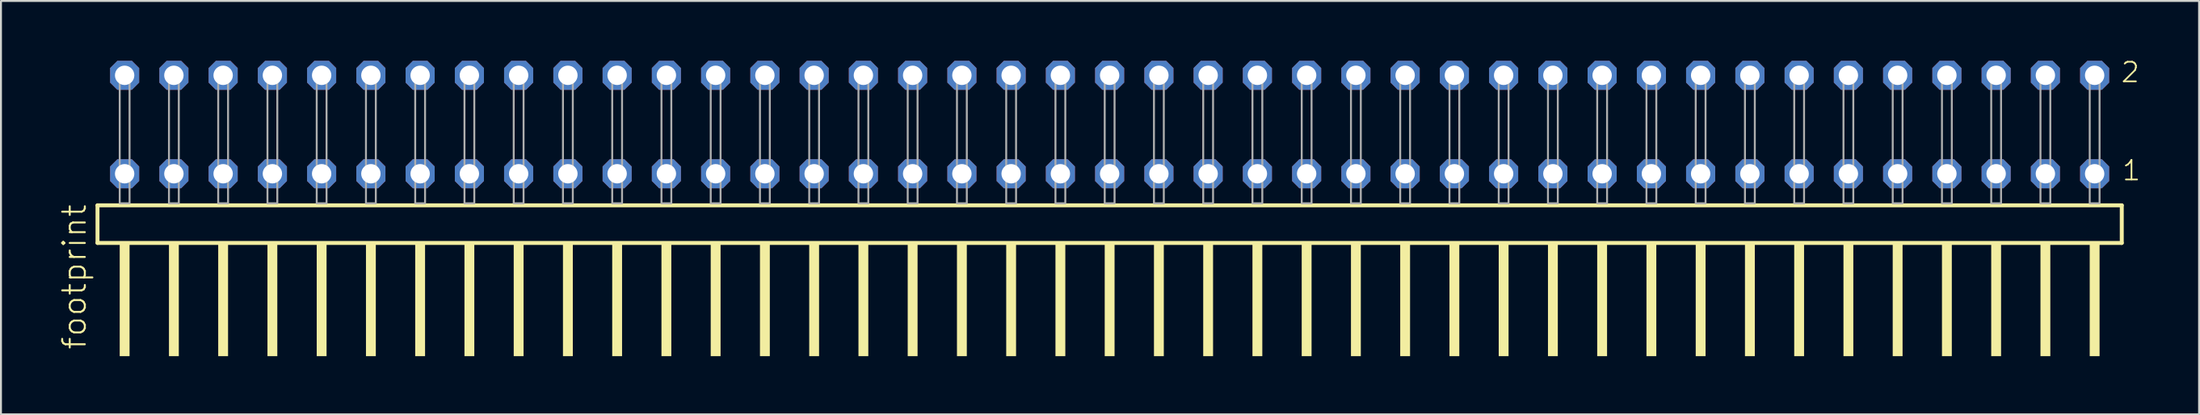
<source format=kicad_pcb>
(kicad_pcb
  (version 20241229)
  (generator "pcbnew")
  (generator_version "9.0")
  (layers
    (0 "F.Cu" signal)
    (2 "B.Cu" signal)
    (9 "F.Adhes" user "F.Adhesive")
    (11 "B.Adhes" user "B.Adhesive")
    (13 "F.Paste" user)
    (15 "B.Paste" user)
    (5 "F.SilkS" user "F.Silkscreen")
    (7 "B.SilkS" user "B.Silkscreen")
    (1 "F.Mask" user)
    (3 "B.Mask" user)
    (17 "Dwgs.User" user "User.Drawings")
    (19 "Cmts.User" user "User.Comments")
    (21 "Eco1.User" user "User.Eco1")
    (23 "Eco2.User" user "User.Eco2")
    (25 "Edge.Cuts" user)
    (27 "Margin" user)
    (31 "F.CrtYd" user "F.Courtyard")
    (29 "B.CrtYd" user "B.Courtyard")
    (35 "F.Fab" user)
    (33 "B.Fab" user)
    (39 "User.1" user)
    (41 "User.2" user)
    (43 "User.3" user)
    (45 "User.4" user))
  (footprint "footprint"
    (layer "F.Cu")
    (at 54.178 7.441)
    (property "Reference" "footprint" (at -52.705 7.62 90) (layer "F.SilkS") (effects (font (size 1.168 1.168) (thickness 0.102)) (justify left bottom)))
    (fp_line (start -52.199 0.106) (end -52.199 2.046) (stroke (width 0.203) (type solid)) (layer "F.SilkS"))
    (fp_line (start -52.199 2.046) (end 52.199 2.046) (stroke (width 0.203) (type solid)) (layer "F.SilkS"))
    (fp_line (start 52.199 0.106) (end -52.199 0.106) (stroke (width 0.203) (type solid)) (layer "F.SilkS"))
    (fp_line (start 52.199 2.046) (end 52.199 0.106) (stroke (width 0.203) (type solid)) (layer "F.SilkS"))
    (fp_poly (pts (xy -51.054 7.89) (xy -50.546 7.89) (xy -50.546 2.04) (xy -51.054 2.04)) (stroke (width 0) (type solid)) (fill yes) (layer "F.SilkS"))
    (fp_poly (pts (xy -48.514 7.89) (xy -48.006 7.89) (xy -48.006 2.04) (xy -48.514 2.04)) (stroke (width 0) (type solid)) (fill yes) (layer "F.SilkS"))
    (fp_poly (pts (xy -45.974 7.89) (xy -45.466 7.89) (xy -45.466 2.04) (xy -45.974 2.04)) (stroke (width 0) (type solid)) (fill yes) (layer "F.SilkS"))
    (fp_poly (pts (xy -43.434 7.89) (xy -42.926 7.89) (xy -42.926 2.04) (xy -43.434 2.04)) (stroke (width 0) (type solid)) (fill yes) (layer "F.SilkS"))
    (fp_poly (pts (xy -40.894 7.89) (xy -40.386 7.89) (xy -40.386 2.04) (xy -40.894 2.04)) (stroke (width 0) (type solid)) (fill yes) (layer "F.SilkS"))
    (fp_poly (pts (xy -38.354 7.89) (xy -37.846 7.89) (xy -37.846 2.04) (xy -38.354 2.04)) (stroke (width 0) (type solid)) (fill yes) (layer "F.SilkS"))
    (fp_poly (pts (xy -35.814 7.89) (xy -35.306 7.89) (xy -35.306 2.04) (xy -35.814 2.04)) (stroke (width 0) (type solid)) (fill yes) (layer "F.SilkS"))
    (fp_poly (pts (xy -33.274 7.89) (xy -32.766 7.89) (xy -32.766 2.04) (xy -33.274 2.04)) (stroke (width 0) (type solid)) (fill yes) (layer "F.SilkS"))
    (fp_poly (pts (xy -30.734 7.89) (xy -30.226 7.89) (xy -30.226 2.04) (xy -30.734 2.04)) (stroke (width 0) (type solid)) (fill yes) (layer "F.SilkS"))
    (fp_poly (pts (xy -28.194 7.89) (xy -27.686 7.89) (xy -27.686 2.04) (xy -28.194 2.04)) (stroke (width 0) (type solid)) (fill yes) (layer "F.SilkS"))
    (fp_poly (pts (xy -25.654 7.89) (xy -25.146 7.89) (xy -25.146 2.04) (xy -25.654 2.04)) (stroke (width 0) (type solid)) (fill yes) (layer "F.SilkS"))
    (fp_poly (pts (xy -23.114 7.89) (xy -22.606 7.89) (xy -22.606 2.04) (xy -23.114 2.04)) (stroke (width 0) (type solid)) (fill yes) (layer "F.SilkS"))
    (fp_poly (pts (xy -20.574 7.89) (xy -20.066 7.89) (xy -20.066 2.04) (xy -20.574 2.04)) (stroke (width 0) (type solid)) (fill yes) (layer "F.SilkS"))
    (fp_poly (pts (xy -18.034 7.89) (xy -17.526 7.89) (xy -17.526 2.04) (xy -18.034 2.04)) (stroke (width 0) (type solid)) (fill yes) (layer "F.SilkS"))
    (fp_poly (pts (xy -15.494 7.89) (xy -14.986 7.89) (xy -14.986 2.04) (xy -15.494 2.04)) (stroke (width 0) (type solid)) (fill yes) (layer "F.SilkS"))
    (fp_poly (pts (xy -12.954 7.89) (xy -12.446 7.89) (xy -12.446 2.04) (xy -12.954 2.04)) (stroke (width 0) (type solid)) (fill yes) (layer "F.SilkS"))
    (fp_poly (pts (xy -10.414 7.89) (xy -9.906 7.89) (xy -9.906 2.04) (xy -10.414 2.04)) (stroke (width 0) (type solid)) (fill yes) (layer "F.SilkS"))
    (fp_poly (pts (xy -7.874 7.89) (xy -7.366 7.89) (xy -7.366 2.04) (xy -7.874 2.04)) (stroke (width 0) (type solid)) (fill yes) (layer "F.SilkS"))
    (fp_poly (pts (xy -5.334 7.89) (xy -4.826 7.89) (xy -4.826 2.04) (xy -5.334 2.04)) (stroke (width 0) (type solid)) (fill yes) (layer "F.SilkS"))
    (fp_poly (pts (xy -2.794 7.89) (xy -2.286 7.89) (xy -2.286 2.04) (xy -2.794 2.04)) (stroke (width 0) (type solid)) (fill yes) (layer "F.SilkS"))
    (fp_poly (pts (xy -0.254 7.89) (xy 0.254 7.89) (xy 0.254 2.04) (xy -0.254 2.04)) (stroke (width 0) (type solid)) (fill yes) (layer "F.SilkS"))
    (fp_poly (pts (xy 2.286 7.89) (xy 2.794 7.89) (xy 2.794 2.04) (xy 2.286 2.04)) (stroke (width 0) (type solid)) (fill yes) (layer "F.SilkS"))
    (fp_poly (pts (xy 4.826 7.89) (xy 5.334 7.89) (xy 5.334 2.04) (xy 4.826 2.04)) (stroke (width 0) (type solid)) (fill yes) (layer "F.SilkS"))
    (fp_poly (pts (xy 7.366 7.89) (xy 7.874 7.89) (xy 7.874 2.04) (xy 7.366 2.04)) (stroke (width 0) (type solid)) (fill yes) (layer "F.SilkS"))
    (fp_poly (pts (xy 9.906 7.89) (xy 10.414 7.89) (xy 10.414 2.04) (xy 9.906 2.04)) (stroke (width 0) (type solid)) (fill yes) (layer "F.SilkS"))
    (fp_poly (pts (xy 12.446 7.89) (xy 12.954 7.89) (xy 12.954 2.04) (xy 12.446 2.04)) (stroke (width 0) (type solid)) (fill yes) (layer "F.SilkS"))
    (fp_poly (pts (xy 14.986 7.89) (xy 15.494 7.89) (xy 15.494 2.04) (xy 14.986 2.04)) (stroke (width 0) (type solid)) (fill yes) (layer "F.SilkS"))
    (fp_poly (pts (xy 17.526 7.89) (xy 18.034 7.89) (xy 18.034 2.04) (xy 17.526 2.04)) (stroke (width 0) (type solid)) (fill yes) (layer "F.SilkS"))
    (fp_poly (pts (xy 20.066 7.89) (xy 20.574 7.89) (xy 20.574 2.04) (xy 20.066 2.04)) (stroke (width 0) (type solid)) (fill yes) (layer "F.SilkS"))
    (fp_poly (pts (xy 22.606 7.89) (xy 23.114 7.89) (xy 23.114 2.04) (xy 22.606 2.04)) (stroke (width 0) (type solid)) (fill yes) (layer "F.SilkS"))
    (fp_poly (pts (xy 25.146 7.89) (xy 25.654 7.89) (xy 25.654 2.04) (xy 25.146 2.04)) (stroke (width 0) (type solid)) (fill yes) (layer "F.SilkS"))
    (fp_poly (pts (xy 27.686 7.89) (xy 28.194 7.89) (xy 28.194 2.04) (xy 27.686 2.04)) (stroke (width 0) (type solid)) (fill yes) (layer "F.SilkS"))
    (fp_poly (pts (xy 30.226 7.89) (xy 30.734 7.89) (xy 30.734 2.04) (xy 30.226 2.04)) (stroke (width 0) (type solid)) (fill yes) (layer "F.SilkS"))
    (fp_poly (pts (xy 32.766 7.89) (xy 33.274 7.89) (xy 33.274 2.04) (xy 32.766 2.04)) (stroke (width 0) (type solid)) (fill yes) (layer "F.SilkS"))
    (fp_poly (pts (xy 35.306 7.89) (xy 35.814 7.89) (xy 35.814 2.04) (xy 35.306 2.04)) (stroke (width 0) (type solid)) (fill yes) (layer "F.SilkS"))
    (fp_poly (pts (xy 37.846 7.89) (xy 38.354 7.89) (xy 38.354 2.04) (xy 37.846 2.04)) (stroke (width 0) (type solid)) (fill yes) (layer "F.SilkS"))
    (fp_poly (pts (xy 40.386 7.89) (xy 40.894 7.89) (xy 40.894 2.04) (xy 40.386 2.04)) (stroke (width 0) (type solid)) (fill yes) (layer "F.SilkS"))
    (fp_poly (pts (xy 42.926 7.89) (xy 43.434 7.89) (xy 43.434 2.04) (xy 42.926 2.04)) (stroke (width 0) (type solid)) (fill yes) (layer "F.SilkS"))
    (fp_poly (pts (xy 45.466 7.89) (xy 45.974 7.89) (xy 45.974 2.04) (xy 45.466 2.04)) (stroke (width 0) (type solid)) (fill yes) (layer "F.SilkS"))
    (fp_poly (pts (xy 48.006 7.89) (xy 48.514 7.89) (xy 48.514 2.04) (xy 48.006 2.04)) (stroke (width 0) (type solid)) (fill yes) (layer "F.SilkS"))
    (fp_poly (pts (xy 50.546 7.89) (xy 51.054 7.89) (xy 51.054 2.04) (xy 50.546 2.04)) (stroke (width 0) (type solid)) (fill yes) (layer "F.SilkS"))
    (fp_poly (pts (xy -51.054 0) (xy -50.546 0) (xy -50.546 -6.858) (xy -51.054 -6.858)) (stroke (width 0.1) (type solid)) (fill no) (layer "F.Fab"))
    (fp_poly (pts (xy -48.514 0) (xy -48.006 0) (xy -48.006 -6.858) (xy -48.514 -6.858)) (stroke (width 0.1) (type solid)) (fill no) (layer "F.Fab"))
    (fp_poly (pts (xy -45.974 0) (xy -45.466 0) (xy -45.466 -6.858) (xy -45.974 -6.858)) (stroke (width 0.1) (type solid)) (fill no) (layer "F.Fab"))
    (fp_poly (pts (xy -43.434 0) (xy -42.926 0) (xy -42.926 -6.858) (xy -43.434 -6.858)) (stroke (width 0.1) (type solid)) (fill no) (layer "F.Fab"))
    (fp_poly (pts (xy -40.894 0) (xy -40.386 0) (xy -40.386 -6.858) (xy -40.894 -6.858)) (stroke (width 0.1) (type solid)) (fill no) (layer "F.Fab"))
    (fp_poly (pts (xy -38.354 0) (xy -37.846 0) (xy -37.846 -6.858) (xy -38.354 -6.858)) (stroke (width 0.1) (type solid)) (fill no) (layer "F.Fab"))
    (fp_poly (pts (xy -35.814 0) (xy -35.306 0) (xy -35.306 -6.858) (xy -35.814 -6.858)) (stroke (width 0.1) (type solid)) (fill no) (layer "F.Fab"))
    (fp_poly (pts (xy -33.274 0) (xy -32.766 0) (xy -32.766 -6.858) (xy -33.274 -6.858)) (stroke (width 0.1) (type solid)) (fill no) (layer "F.Fab"))
    (fp_poly (pts (xy -30.734 0) (xy -30.226 0) (xy -30.226 -6.858) (xy -30.734 -6.858)) (stroke (width 0.1) (type solid)) (fill no) (layer "F.Fab"))
    (fp_poly (pts (xy -28.194 0) (xy -27.686 0) (xy -27.686 -6.858) (xy -28.194 -6.858)) (stroke (width 0.1) (type solid)) (fill no) (layer "F.Fab"))
    (fp_poly (pts (xy -25.654 0) (xy -25.146 0) (xy -25.146 -6.858) (xy -25.654 -6.858)) (stroke (width 0.1) (type solid)) (fill no) (layer "F.Fab"))
    (fp_poly (pts (xy -23.114 0) (xy -22.606 0) (xy -22.606 -6.858) (xy -23.114 -6.858)) (stroke (width 0.1) (type solid)) (fill no) (layer "F.Fab"))
    (fp_poly (pts (xy -20.574 0) (xy -20.066 0) (xy -20.066 -6.858) (xy -20.574 -6.858)) (stroke (width 0.1) (type solid)) (fill no) (layer "F.Fab"))
    (fp_poly (pts (xy -18.034 0) (xy -17.526 0) (xy -17.526 -6.858) (xy -18.034 -6.858)) (stroke (width 0.1) (type solid)) (fill no) (layer "F.Fab"))
    (fp_poly (pts (xy -15.494 0) (xy -14.986 0) (xy -14.986 -6.858) (xy -15.494 -6.858)) (stroke (width 0.1) (type solid)) (fill no) (layer "F.Fab"))
    (fp_poly (pts (xy -12.954 0) (xy -12.446 0) (xy -12.446 -6.858) (xy -12.954 -6.858)) (stroke (width 0.1) (type solid)) (fill no) (layer "F.Fab"))
    (fp_poly (pts (xy -10.414 0) (xy -9.906 0) (xy -9.906 -6.858) (xy -10.414 -6.858)) (stroke (width 0.1) (type solid)) (fill no) (layer "F.Fab"))
    (fp_poly (pts (xy -7.874 0) (xy -7.366 0) (xy -7.366 -6.858) (xy -7.874 -6.858)) (stroke (width 0.1) (type solid)) (fill no) (layer "F.Fab"))
    (fp_poly (pts (xy -5.334 0) (xy -4.826 0) (xy -4.826 -6.858) (xy -5.334 -6.858)) (stroke (width 0.1) (type solid)) (fill no) (layer "F.Fab"))
    (fp_poly (pts (xy -2.794 0) (xy -2.286 0) (xy -2.286 -6.858) (xy -2.794 -6.858)) (stroke (width 0.1) (type solid)) (fill no) (layer "F.Fab"))
    (fp_poly (pts (xy -0.254 0) (xy 0.254 0) (xy 0.254 -6.858) (xy -0.254 -6.858)) (stroke (width 0.1) (type solid)) (fill no) (layer "F.Fab"))
    (fp_poly (pts (xy 2.286 0) (xy 2.794 0) (xy 2.794 -6.858) (xy 2.286 -6.858)) (stroke (width 0.1) (type solid)) (fill no) (layer "F.Fab"))
    (fp_poly (pts (xy 4.826 0) (xy 5.334 0) (xy 5.334 -6.858) (xy 4.826 -6.858)) (stroke (width 0.1) (type solid)) (fill no) (layer "F.Fab"))
    (fp_poly (pts (xy 7.366 0) (xy 7.874 0) (xy 7.874 -6.858) (xy 7.366 -6.858)) (stroke (width 0.1) (type solid)) (fill no) (layer "F.Fab"))
    (fp_poly (pts (xy 9.906 0) (xy 10.414 0) (xy 10.414 -6.858) (xy 9.906 -6.858)) (stroke (width 0.1) (type solid)) (fill no) (layer "F.Fab"))
    (fp_poly (pts (xy 12.446 0) (xy 12.954 0) (xy 12.954 -6.858) (xy 12.446 -6.858)) (stroke (width 0.1) (type solid)) (fill no) (layer "F.Fab"))
    (fp_poly (pts (xy 14.986 0) (xy 15.494 0) (xy 15.494 -6.858) (xy 14.986 -6.858)) (stroke (width 0.1) (type solid)) (fill no) (layer "F.Fab"))
    (fp_poly (pts (xy 17.526 0) (xy 18.034 0) (xy 18.034 -6.858) (xy 17.526 -6.858)) (stroke (width 0.1) (type solid)) (fill no) (layer "F.Fab"))
    (fp_poly (pts (xy 20.066 0) (xy 20.574 0) (xy 20.574 -6.858) (xy 20.066 -6.858)) (stroke (width 0.1) (type solid)) (fill no) (layer "F.Fab"))
    (fp_poly (pts (xy 22.606 0) (xy 23.114 0) (xy 23.114 -6.858) (xy 22.606 -6.858)) (stroke (width 0.1) (type solid)) (fill no) (layer "F.Fab"))
    (fp_poly (pts (xy 25.146 0) (xy 25.654 0) (xy 25.654 -6.858) (xy 25.146 -6.858)) (stroke (width 0.1) (type solid)) (fill no) (layer "F.Fab"))
    (fp_poly (pts (xy 27.686 0) (xy 28.194 0) (xy 28.194 -6.858) (xy 27.686 -6.858)) (stroke (width 0.1) (type solid)) (fill no) (layer "F.Fab"))
    (fp_poly (pts (xy 30.226 0) (xy 30.734 0) (xy 30.734 -6.858) (xy 30.226 -6.858)) (stroke (width 0.1) (type solid)) (fill no) (layer "F.Fab"))
    (fp_poly (pts (xy 32.766 0) (xy 33.274 0) (xy 33.274 -6.858) (xy 32.766 -6.858)) (stroke (width 0.1) (type solid)) (fill no) (layer "F.Fab"))
    (fp_poly (pts (xy 35.306 0) (xy 35.814 0) (xy 35.814 -6.858) (xy 35.306 -6.858)) (stroke (width 0.1) (type solid)) (fill no) (layer "F.Fab"))
    (fp_poly (pts (xy 37.846 0) (xy 38.354 0) (xy 38.354 -6.858) (xy 37.846 -6.858)) (stroke (width 0.1) (type solid)) (fill no) (layer "F.Fab"))
    (fp_poly (pts (xy 40.386 0) (xy 40.894 0) (xy 40.894 -6.858) (xy 40.386 -6.858)) (stroke (width 0.1) (type solid)) (fill no) (layer "F.Fab"))
    (fp_poly (pts (xy 42.926 0) (xy 43.434 0) (xy 43.434 -6.858) (xy 42.926 -6.858)) (stroke (width 0.1) (type solid)) (fill no) (layer "F.Fab"))
    (fp_poly (pts (xy 45.466 0) (xy 45.974 0) (xy 45.974 -6.858) (xy 45.466 -6.858)) (stroke (width 0.1) (type solid)) (fill no) (layer "F.Fab"))
    (fp_poly (pts (xy 48.006 0) (xy 48.514 0) (xy 48.514 -6.858) (xy 48.006 -6.858)) (stroke (width 0.1) (type solid)) (fill no) (layer "F.Fab"))
    (fp_poly (pts (xy 50.546 0) (xy 51.054 0) (xy 51.054 -6.858) (xy 50.546 -6.858)) (stroke (width 0.1) (type solid)) (fill no) (layer "F.Fab"))
    (fp_text user "2" (at 52.1 -6.165 0) (layer "F.SilkS") (effects (font (size 1.012 1.012) (thickness 0.088)) (justify left bottom)))
    (fp_text user "1" (at 52.16 -1.1 0) (layer "F.SilkS") (effects (font (size 1.012 1.012) (thickness 0.088)) (justify left bottom)))
    (pad "1" thru_hole roundrect (at 50.8 -1.524 180) (size 1.5 1.5) (drill 1) (layers "*.Cu" "*.Mask") (roundrect_rratio 0.25) (chamfer_ratio 0.25) (chamfer top_left top_right bottom_left bottom_right))
    (pad "2" thru_hole roundrect (at 50.8 -6.604 180) (size 1.5 1.5) (drill 1) (layers "*.Cu" "*.Mask") (roundrect_rratio 0.25) (chamfer_ratio 0.25) (chamfer top_left top_right bottom_left bottom_right))
    (pad "3" thru_hole roundrect (at 48.26 -1.524 180) (size 1.5 1.5) (drill 1) (layers "*.Cu" "*.Mask") (roundrect_rratio 0.25) (chamfer_ratio 0.25) (chamfer top_left top_right bottom_left bottom_right))
    (pad "4" thru_hole roundrect (at 48.26 -6.604 180) (size 1.5 1.5) (drill 1) (layers "*.Cu" "*.Mask") (roundrect_rratio 0.25) (chamfer_ratio 0.25) (chamfer top_left top_right bottom_left bottom_right))
    (pad "5" thru_hole roundrect (at 45.72 -1.524 180) (size 1.5 1.5) (drill 1) (layers "*.Cu" "*.Mask") (roundrect_rratio 0.25) (chamfer_ratio 0.25) (chamfer top_left top_right bottom_left bottom_right))
    (pad "6" thru_hole roundrect (at 45.72 -6.604 180) (size 1.5 1.5) (drill 1) (layers "*.Cu" "*.Mask") (roundrect_rratio 0.25) (chamfer_ratio 0.25) (chamfer top_left top_right bottom_left bottom_right))
    (pad "7" thru_hole roundrect (at 43.18 -1.524 180) (size 1.5 1.5) (drill 1) (layers "*.Cu" "*.Mask") (roundrect_rratio 0.25) (chamfer_ratio 0.25) (chamfer top_left top_right bottom_left bottom_right))
    (pad "8" thru_hole roundrect (at 43.18 -6.604 180) (size 1.5 1.5) (drill 1) (layers "*.Cu" "*.Mask") (roundrect_rratio 0.25) (chamfer_ratio 0.25) (chamfer top_left top_right bottom_left bottom_right))
    (pad "9" thru_hole roundrect (at 40.64 -1.524 180) (size 1.5 1.5) (drill 1) (layers "*.Cu" "*.Mask") (roundrect_rratio 0.25) (chamfer_ratio 0.25) (chamfer top_left top_right bottom_left bottom_right))
    (pad "10" thru_hole roundrect (at 40.64 -6.604 180) (size 1.5 1.5) (drill 1) (layers "*.Cu" "*.Mask") (roundrect_rratio 0.25) (chamfer_ratio 0.25) (chamfer top_left top_right bottom_left bottom_right))
    (pad "11" thru_hole roundrect (at 38.1 -1.524 180) (size 1.5 1.5) (drill 1) (layers "*.Cu" "*.Mask") (roundrect_rratio 0.25) (chamfer_ratio 0.25) (chamfer top_left top_right bottom_left bottom_right))
    (pad "12" thru_hole roundrect (at 38.1 -6.604 180) (size 1.5 1.5) (drill 1) (layers "*.Cu" "*.Mask") (roundrect_rratio 0.25) (chamfer_ratio 0.25) (chamfer top_left top_right bottom_left bottom_right))
    (pad "13" thru_hole roundrect (at 35.56 -1.524 180) (size 1.5 1.5) (drill 1) (layers "*.Cu" "*.Mask") (roundrect_rratio 0.25) (chamfer_ratio 0.25) (chamfer top_left top_right bottom_left bottom_right))
    (pad "14" thru_hole roundrect (at 35.56 -6.604 180) (size 1.5 1.5) (drill 1) (layers "*.Cu" "*.Mask") (roundrect_rratio 0.25) (chamfer_ratio 0.25) (chamfer top_left top_right bottom_left bottom_right))
    (pad "15" thru_hole roundrect (at 33.02 -1.524 180) (size 1.5 1.5) (drill 1) (layers "*.Cu" "*.Mask") (roundrect_rratio 0.25) (chamfer_ratio 0.25) (chamfer top_left top_right bottom_left bottom_right))
    (pad "16" thru_hole roundrect (at 33.02 -6.604 180) (size 1.5 1.5) (drill 1) (layers "*.Cu" "*.Mask") (roundrect_rratio 0.25) (chamfer_ratio 0.25) (chamfer top_left top_right bottom_left bottom_right))
    (pad "17" thru_hole roundrect (at 30.48 -1.524 180) (size 1.5 1.5) (drill 1) (layers "*.Cu" "*.Mask") (roundrect_rratio 0.25) (chamfer_ratio 0.25) (chamfer top_left top_right bottom_left bottom_right))
    (pad "18" thru_hole roundrect (at 30.48 -6.604 180) (size 1.5 1.5) (drill 1) (layers "*.Cu" "*.Mask") (roundrect_rratio 0.25) (chamfer_ratio 0.25) (chamfer top_left top_right bottom_left bottom_right))
    (pad "19" thru_hole roundrect (at 27.94 -1.524 180) (size 1.5 1.5) (drill 1) (layers "*.Cu" "*.Mask") (roundrect_rratio 0.25) (chamfer_ratio 0.25) (chamfer top_left top_right bottom_left bottom_right))
    (pad "20" thru_hole roundrect (at 27.94 -6.604 180) (size 1.5 1.5) (drill 1) (layers "*.Cu" "*.Mask") (roundrect_rratio 0.25) (chamfer_ratio 0.25) (chamfer top_left top_right bottom_left bottom_right))
    (pad "21" thru_hole roundrect (at 25.4 -1.524 180) (size 1.5 1.5) (drill 1) (layers "*.Cu" "*.Mask") (roundrect_rratio 0.25) (chamfer_ratio 0.25) (chamfer top_left top_right bottom_left bottom_right))
    (pad "22" thru_hole roundrect (at 25.4 -6.604 180) (size 1.5 1.5) (drill 1) (layers "*.Cu" "*.Mask") (roundrect_rratio 0.25) (chamfer_ratio 0.25) (chamfer top_left top_right bottom_left bottom_right))
    (pad "23" thru_hole roundrect (at 22.86 -1.524 180) (size 1.5 1.5) (drill 1) (layers "*.Cu" "*.Mask") (roundrect_rratio 0.25) (chamfer_ratio 0.25) (chamfer top_left top_right bottom_left bottom_right))
    (pad "24" thru_hole roundrect (at 22.86 -6.604 180) (size 1.5 1.5) (drill 1) (layers "*.Cu" "*.Mask") (roundrect_rratio 0.25) (chamfer_ratio 0.25) (chamfer top_left top_right bottom_left bottom_right))
    (pad "25" thru_hole roundrect (at 20.32 -1.524 180) (size 1.5 1.5) (drill 1) (layers "*.Cu" "*.Mask") (roundrect_rratio 0.25) (chamfer_ratio 0.25) (chamfer top_left top_right bottom_left bottom_right))
    (pad "26" thru_hole roundrect (at 20.32 -6.604 180) (size 1.5 1.5) (drill 1) (layers "*.Cu" "*.Mask") (roundrect_rratio 0.25) (chamfer_ratio 0.25) (chamfer top_left top_right bottom_left bottom_right))
    (pad "27" thru_hole roundrect (at 17.78 -1.524 180) (size 1.5 1.5) (drill 1) (layers "*.Cu" "*.Mask") (roundrect_rratio 0.25) (chamfer_ratio 0.25) (chamfer top_left top_right bottom_left bottom_right))
    (pad "28" thru_hole roundrect (at 17.78 -6.604 180) (size 1.5 1.5) (drill 1) (layers "*.Cu" "*.Mask") (roundrect_rratio 0.25) (chamfer_ratio 0.25) (chamfer top_left top_right bottom_left bottom_right))
    (pad "29" thru_hole roundrect (at 15.24 -1.524 180) (size 1.5 1.5) (drill 1) (layers "*.Cu" "*.Mask") (roundrect_rratio 0.25) (chamfer_ratio 0.25) (chamfer top_left top_right bottom_left bottom_right))
    (pad "30" thru_hole roundrect (at 15.24 -6.604 180) (size 1.5 1.5) (drill 1) (layers "*.Cu" "*.Mask") (roundrect_rratio 0.25) (chamfer_ratio 0.25) (chamfer top_left top_right bottom_left bottom_right))
    (pad "31" thru_hole roundrect (at 12.7 -1.524 180) (size 1.5 1.5) (drill 1) (layers "*.Cu" "*.Mask") (roundrect_rratio 0.25) (chamfer_ratio 0.25) (chamfer top_left top_right bottom_left bottom_right))
    (pad "32" thru_hole roundrect (at 12.7 -6.604 180) (size 1.5 1.5) (drill 1) (layers "*.Cu" "*.Mask") (roundrect_rratio 0.25) (chamfer_ratio 0.25) (chamfer top_left top_right bottom_left bottom_right))
    (pad "33" thru_hole roundrect (at 10.16 -1.524 180) (size 1.5 1.5) (drill 1) (layers "*.Cu" "*.Mask") (roundrect_rratio 0.25) (chamfer_ratio 0.25) (chamfer top_left top_right bottom_left bottom_right))
    (pad "34" thru_hole roundrect (at 10.16 -6.604 180) (size 1.5 1.5) (drill 1) (layers "*.Cu" "*.Mask") (roundrect_rratio 0.25) (chamfer_ratio 0.25) (chamfer top_left top_right bottom_left bottom_right))
    (pad "35" thru_hole roundrect (at 7.62 -1.524 180) (size 1.5 1.5) (drill 1) (layers "*.Cu" "*.Mask") (roundrect_rratio 0.25) (chamfer_ratio 0.25) (chamfer top_left top_right bottom_left bottom_right))
    (pad "36" thru_hole roundrect (at 7.62 -6.604 180) (size 1.5 1.5) (drill 1) (layers "*.Cu" "*.Mask") (roundrect_rratio 0.25) (chamfer_ratio 0.25) (chamfer top_left top_right bottom_left bottom_right))
    (pad "37" thru_hole roundrect (at 5.08 -1.524 180) (size 1.5 1.5) (drill 1) (layers "*.Cu" "*.Mask") (roundrect_rratio 0.25) (chamfer_ratio 0.25) (chamfer top_left top_right bottom_left bottom_right))
    (pad "38" thru_hole roundrect (at 5.08 -6.604 180) (size 1.5 1.5) (drill 1) (layers "*.Cu" "*.Mask") (roundrect_rratio 0.25) (chamfer_ratio 0.25) (chamfer top_left top_right bottom_left bottom_right))
    (pad "39" thru_hole roundrect (at 2.54 -1.524 180) (size 1.5 1.5) (drill 1) (layers "*.Cu" "*.Mask") (roundrect_rratio 0.25) (chamfer_ratio 0.25) (chamfer top_left top_right bottom_left bottom_right))
    (pad "40" thru_hole roundrect (at 2.54 -6.604 180) (size 1.5 1.5) (drill 1) (layers "*.Cu" "*.Mask") (roundrect_rratio 0.25) (chamfer_ratio 0.25) (chamfer top_left top_right bottom_left bottom_right))
    (pad "41" thru_hole roundrect (at 0 -1.524 180) (size 1.5 1.5) (drill 1) (layers "*.Cu" "*.Mask") (roundrect_rratio 0.25) (chamfer_ratio 0.25) (chamfer top_left top_right bottom_left bottom_right))
    (pad "42" thru_hole roundrect (at 0 -6.604 180) (size 1.5 1.5) (drill 1) (layers "*.Cu" "*.Mask") (roundrect_rratio 0.25) (chamfer_ratio 0.25) (chamfer top_left top_right bottom_left bottom_right))
    (pad "43" thru_hole roundrect (at -2.54 -1.524 180) (size 1.5 1.5) (drill 1) (layers "*.Cu" "*.Mask") (roundrect_rratio 0.25) (chamfer_ratio 0.25) (chamfer top_left top_right bottom_left bottom_right))
    (pad "44" thru_hole roundrect (at -2.54 -6.604 180) (size 1.5 1.5) (drill 1) (layers "*.Cu" "*.Mask") (roundrect_rratio 0.25) (chamfer_ratio 0.25) (chamfer top_left top_right bottom_left bottom_right))
    (pad "45" thru_hole roundrect (at -5.08 -1.524 180) (size 1.5 1.5) (drill 1) (layers "*.Cu" "*.Mask") (roundrect_rratio 0.25) (chamfer_ratio 0.25) (chamfer top_left top_right bottom_left bottom_right))
    (pad "46" thru_hole roundrect (at -5.08 -6.604 180) (size 1.5 1.5) (drill 1) (layers "*.Cu" "*.Mask") (roundrect_rratio 0.25) (chamfer_ratio 0.25) (chamfer top_left top_right bottom_left bottom_right))
    (pad "47" thru_hole roundrect (at -7.62 -1.524 180) (size 1.5 1.5) (drill 1) (layers "*.Cu" "*.Mask") (roundrect_rratio 0.25) (chamfer_ratio 0.25) (chamfer top_left top_right bottom_left bottom_right))
    (pad "48" thru_hole roundrect (at -7.62 -6.604 180) (size 1.5 1.5) (drill 1) (layers "*.Cu" "*.Mask") (roundrect_rratio 0.25) (chamfer_ratio 0.25) (chamfer top_left top_right bottom_left bottom_right))
    (pad "49" thru_hole roundrect (at -10.16 -1.524 180) (size 1.5 1.5) (drill 1) (layers "*.Cu" "*.Mask") (roundrect_rratio 0.25) (chamfer_ratio 0.25) (chamfer top_left top_right bottom_left bottom_right))
    (pad "50" thru_hole roundrect (at -10.16 -6.604 180) (size 1.5 1.5) (drill 1) (layers "*.Cu" "*.Mask") (roundrect_rratio 0.25) (chamfer_ratio 0.25) (chamfer top_left top_right bottom_left bottom_right))
    (pad "51" thru_hole roundrect (at -12.7 -1.524 180) (size 1.5 1.5) (drill 1) (layers "*.Cu" "*.Mask") (roundrect_rratio 0.25) (chamfer_ratio 0.25) (chamfer top_left top_right bottom_left bottom_right))
    (pad "52" thru_hole roundrect (at -12.7 -6.604 180) (size 1.5 1.5) (drill 1) (layers "*.Cu" "*.Mask") (roundrect_rratio 0.25) (chamfer_ratio 0.25) (chamfer top_left top_right bottom_left bottom_right))
    (pad "53" thru_hole roundrect (at -15.24 -1.524 180) (size 1.5 1.5) (drill 1) (layers "*.Cu" "*.Mask") (roundrect_rratio 0.25) (chamfer_ratio 0.25) (chamfer top_left top_right bottom_left bottom_right))
    (pad "54" thru_hole roundrect (at -15.24 -6.604 180) (size 1.5 1.5) (drill 1) (layers "*.Cu" "*.Mask") (roundrect_rratio 0.25) (chamfer_ratio 0.25) (chamfer top_left top_right bottom_left bottom_right))
    (pad "55" thru_hole roundrect (at -17.78 -1.524 180) (size 1.5 1.5) (drill 1) (layers "*.Cu" "*.Mask") (roundrect_rratio 0.25) (chamfer_ratio 0.25) (chamfer top_left top_right bottom_left bottom_right))
    (pad "56" thru_hole roundrect (at -17.78 -6.604 180) (size 1.5 1.5) (drill 1) (layers "*.Cu" "*.Mask") (roundrect_rratio 0.25) (chamfer_ratio 0.25) (chamfer top_left top_right bottom_left bottom_right))
    (pad "57" thru_hole roundrect (at -20.32 -1.524 180) (size 1.5 1.5) (drill 1) (layers "*.Cu" "*.Mask") (roundrect_rratio 0.25) (chamfer_ratio 0.25) (chamfer top_left top_right bottom_left bottom_right))
    (pad "58" thru_hole roundrect (at -20.32 -6.604 180) (size 1.5 1.5) (drill 1) (layers "*.Cu" "*.Mask") (roundrect_rratio 0.25) (chamfer_ratio 0.25) (chamfer top_left top_right bottom_left bottom_right))
    (pad "59" thru_hole roundrect (at -22.86 -1.524 180) (size 1.5 1.5) (drill 1) (layers "*.Cu" "*.Mask") (roundrect_rratio 0.25) (chamfer_ratio 0.25) (chamfer top_left top_right bottom_left bottom_right))
    (pad "60" thru_hole roundrect (at -22.86 -6.604 180) (size 1.5 1.5) (drill 1) (layers "*.Cu" "*.Mask") (roundrect_rratio 0.25) (chamfer_ratio 0.25) (chamfer top_left top_right bottom_left bottom_right))
    (pad "61" thru_hole roundrect (at -25.4 -1.524 180) (size 1.5 1.5) (drill 1) (layers "*.Cu" "*.Mask") (roundrect_rratio 0.25) (chamfer_ratio 0.25) (chamfer top_left top_right bottom_left bottom_right))
    (pad "62" thru_hole roundrect (at -25.4 -6.604 180) (size 1.5 1.5) (drill 1) (layers "*.Cu" "*.Mask") (roundrect_rratio 0.25) (chamfer_ratio 0.25) (chamfer top_left top_right bottom_left bottom_right))
    (pad "63" thru_hole roundrect (at -27.94 -1.524 180) (size 1.5 1.5) (drill 1) (layers "*.Cu" "*.Mask") (roundrect_rratio 0.25) (chamfer_ratio 0.25) (chamfer top_left top_right bottom_left bottom_right))
    (pad "64" thru_hole roundrect (at -27.94 -6.604 180) (size 1.5 1.5) (drill 1) (layers "*.Cu" "*.Mask") (roundrect_rratio 0.25) (chamfer_ratio 0.25) (chamfer top_left top_right bottom_left bottom_right))
    (pad "65" thru_hole roundrect (at -30.48 -1.524 180) (size 1.5 1.5) (drill 1) (layers "*.Cu" "*.Mask") (roundrect_rratio 0.25) (chamfer_ratio 0.25) (chamfer top_left top_right bottom_left bottom_right))
    (pad "66" thru_hole roundrect (at -30.48 -6.604 180) (size 1.5 1.5) (drill 1) (layers "*.Cu" "*.Mask") (roundrect_rratio 0.25) (chamfer_ratio 0.25) (chamfer top_left top_right bottom_left bottom_right))
    (pad "67" thru_hole roundrect (at -33.02 -1.524 180) (size 1.5 1.5) (drill 1) (layers "*.Cu" "*.Mask") (roundrect_rratio 0.25) (chamfer_ratio 0.25) (chamfer top_left top_right bottom_left bottom_right))
    (pad "68" thru_hole roundrect (at -33.02 -6.604 180) (size 1.5 1.5) (drill 1) (layers "*.Cu" "*.Mask") (roundrect_rratio 0.25) (chamfer_ratio 0.25) (chamfer top_left top_right bottom_left bottom_right))
    (pad "69" thru_hole roundrect (at -35.56 -1.524 180) (size 1.5 1.5) (drill 1) (layers "*.Cu" "*.Mask") (roundrect_rratio 0.25) (chamfer_ratio 0.25) (chamfer top_left top_right bottom_left bottom_right))
    (pad "70" thru_hole roundrect (at -35.56 -6.604 180) (size 1.5 1.5) (drill 1) (layers "*.Cu" "*.Mask") (roundrect_rratio 0.25) (chamfer_ratio 0.25) (chamfer top_left top_right bottom_left bottom_right))
    (pad "71" thru_hole roundrect (at -38.1 -1.524 180) (size 1.5 1.5) (drill 1) (layers "*.Cu" "*.Mask") (roundrect_rratio 0.25) (chamfer_ratio 0.25) (chamfer top_left top_right bottom_left bottom_right))
    (pad "72" thru_hole roundrect (at -38.1 -6.604 180) (size 1.5 1.5) (drill 1) (layers "*.Cu" "*.Mask") (roundrect_rratio 0.25) (chamfer_ratio 0.25) (chamfer top_left top_right bottom_left bottom_right))
    (pad "73" thru_hole roundrect (at -40.64 -1.524 180) (size 1.5 1.5) (drill 1) (layers "*.Cu" "*.Mask") (roundrect_rratio 0.25) (chamfer_ratio 0.25) (chamfer top_left top_right bottom_left bottom_right))
    (pad "74" thru_hole roundrect (at -40.64 -6.604 180) (size 1.5 1.5) (drill 1) (layers "*.Cu" "*.Mask") (roundrect_rratio 0.25) (chamfer_ratio 0.25) (chamfer top_left top_right bottom_left bottom_right))
    (pad "75" thru_hole roundrect (at -43.18 -1.524 180) (size 1.5 1.5) (drill 1) (layers "*.Cu" "*.Mask") (roundrect_rratio 0.25) (chamfer_ratio 0.25) (chamfer top_left top_right bottom_left bottom_right))
    (pad "76" thru_hole roundrect (at -43.18 -6.604 180) (size 1.5 1.5) (drill 1) (layers "*.Cu" "*.Mask") (roundrect_rratio 0.25) (chamfer_ratio 0.25) (chamfer top_left top_right bottom_left bottom_right))
    (pad "77" thru_hole roundrect (at -45.72 -1.524 180) (size 1.5 1.5) (drill 1) (layers "*.Cu" "*.Mask") (roundrect_rratio 0.25) (chamfer_ratio 0.25) (chamfer top_left top_right bottom_left bottom_right))
    (pad "78" thru_hole roundrect (at -45.72 -6.604 180) (size 1.5 1.5) (drill 1) (layers "*.Cu" "*.Mask") (roundrect_rratio 0.25) (chamfer_ratio 0.25) (chamfer top_left top_right bottom_left bottom_right))
    (pad "79" thru_hole roundrect (at -48.26 -1.524 180) (size 1.5 1.5) (drill 1) (layers "*.Cu" "*.Mask") (roundrect_rratio 0.25) (chamfer_ratio 0.25) (chamfer top_left top_right bottom_left bottom_right))
    (pad "80" thru_hole roundrect (at -48.26 -6.604 180) (size 1.5 1.5) (drill 1) (layers "*.Cu" "*.Mask") (roundrect_rratio 0.25) (chamfer_ratio 0.25) (chamfer top_left top_right bottom_left bottom_right))
    (pad "81" thru_hole roundrect (at -50.8 -1.524 180) (size 1.5 1.5) (drill 1) (layers "*.Cu" "*.Mask") (roundrect_rratio 0.25) (chamfer_ratio 0.25) (chamfer top_left top_right bottom_left bottom_right))
    (pad "82" thru_hole roundrect (at -50.8 -6.604 180) (size 1.5 1.5) (drill 1) (layers "*.Cu" "*.Mask") (roundrect_rratio 0.25) (chamfer_ratio 0.25) (chamfer top_left top_right bottom_left bottom_right)))
  (gr_rect
    (start -3 -3)
    (end 110.364 18.331)
    (stroke (width 0.1) (type default))
    (fill no)
    (layer "Edge.Cuts")))
</source>
